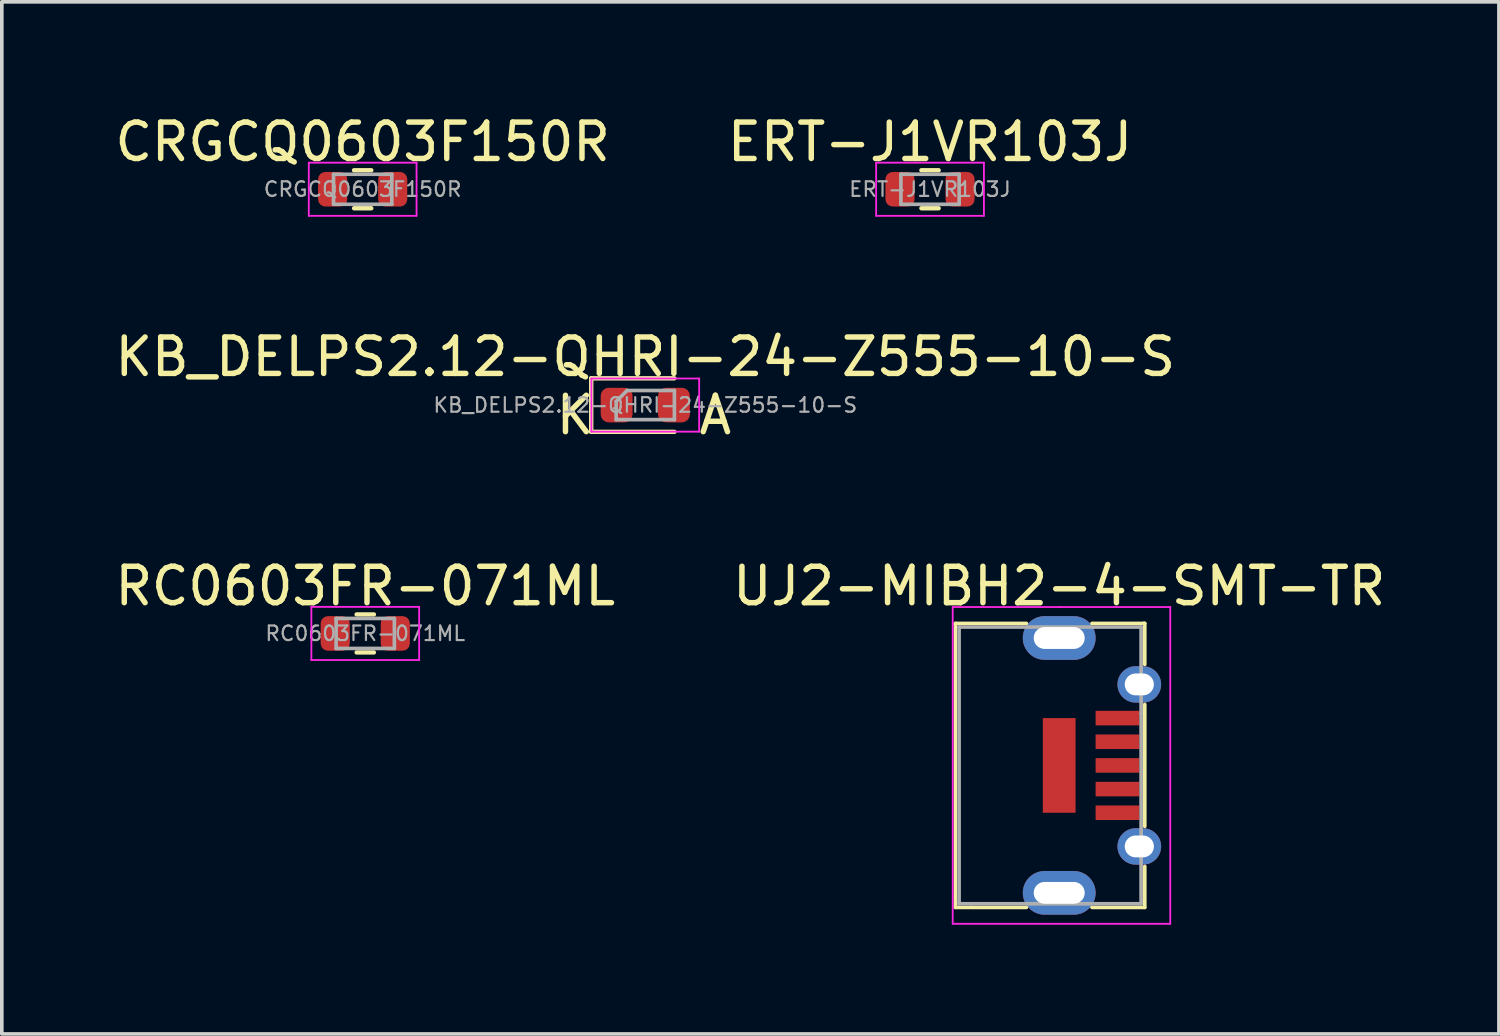
<source format=kicad_pcb>
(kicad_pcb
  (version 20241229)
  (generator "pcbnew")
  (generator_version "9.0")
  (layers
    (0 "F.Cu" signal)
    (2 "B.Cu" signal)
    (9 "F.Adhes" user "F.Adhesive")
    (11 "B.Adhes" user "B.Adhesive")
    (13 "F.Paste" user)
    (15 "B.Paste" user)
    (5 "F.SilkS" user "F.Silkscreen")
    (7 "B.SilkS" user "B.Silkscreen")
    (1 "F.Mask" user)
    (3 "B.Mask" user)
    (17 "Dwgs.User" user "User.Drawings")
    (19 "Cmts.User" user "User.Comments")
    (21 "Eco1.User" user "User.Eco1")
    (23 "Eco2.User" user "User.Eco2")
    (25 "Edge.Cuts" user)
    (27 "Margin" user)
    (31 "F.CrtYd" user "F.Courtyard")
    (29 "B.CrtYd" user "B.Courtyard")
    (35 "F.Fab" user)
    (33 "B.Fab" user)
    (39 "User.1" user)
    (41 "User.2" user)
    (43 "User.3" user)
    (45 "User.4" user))
  (footprint "ERT-J1VR103J"
    (layer "F.Cu")
    (at 22.494 2.123)
    (property "Reference" "ERT-J1VR103J" (at 0 -1.275 0) (layer "F.SilkS") (effects (font (size 1 1) (thickness 0.15))))
    (attr smd)
    (fp_line (start -0.237 -0.497) (end 0.237 -0.497) (stroke (width 0.12) (type solid)) (layer "F.SilkS"))
    (fp_line (start -0.237 0.547) (end 0.237 0.547) (stroke (width 0.12) (type solid)) (layer "F.SilkS"))
    (fp_line (start -1.48 -0.705) (end 1.48 -0.705) (stroke (width 0.05) (type solid)) (layer "F.CrtYd"))
    (fp_line (start -1.48 0.755) (end -1.48 -0.705) (stroke (width 0.05) (type solid)) (layer "F.CrtYd"))
    (fp_line (start 1.48 -0.705) (end 1.48 0.755) (stroke (width 0.05) (type solid)) (layer "F.CrtYd"))
    (fp_line (start 1.48 0.755) (end -1.48 0.755) (stroke (width 0.05) (type solid)) (layer "F.CrtYd"))
    (fp_line (start -0.8 -0.388) (end 0.8 -0.388) (stroke (width 0.1) (type solid)) (layer "F.Fab"))
    (fp_line (start -0.8 0.438) (end -0.8 -0.388) (stroke (width 0.1) (type solid)) (layer "F.Fab"))
    (fp_line (start 0.8 -0.388) (end 0.8 0.438) (stroke (width 0.1) (type solid)) (layer "F.Fab"))
    (fp_line (start 0.8 0.438) (end -0.8 0.438) (stroke (width 0.1) (type solid)) (layer "F.Fab"))
    (fp_text user "${REFERENCE}" (at 0 0.025 0) (layer "F.Fab") (effects (font (size 0.4 0.4) (thickness 0.06))))
    (pad "1" smd roundrect (at -0.825 0.025) (size 0.8 0.95) (layers "F.Cu" "F.Mask" "F.Paste") (roundrect_rratio 0.25))
    (pad "2" smd roundrect (at 0.825 0.025) (size 0.8 0.95) (layers "F.Cu" "F.Mask" "F.Paste") (roundrect_rratio 0.25)))
  (footprint "CRGCQ0603F150R"
    (layer "F.Cu")
    (at 6.911 2.148)
    (property "Reference" "CRGCQ0603F150R" (at 0 -1.3 0) (layer "F.SilkS") (effects (font (size 1 1) (thickness 0.15))))
    (attr smd)
    (fp_line (start -0.237 -0.522) (end 0.237 -0.522) (stroke (width 0.12) (type solid)) (layer "F.SilkS"))
    (fp_line (start -0.237 0.522) (end 0.237 0.522) (stroke (width 0.12) (type solid)) (layer "F.SilkS"))
    (fp_line (start -1.48 -0.73) (end 1.48 -0.73) (stroke (width 0.05) (type solid)) (layer "F.CrtYd"))
    (fp_line (start -1.48 0.73) (end -1.48 -0.73) (stroke (width 0.05) (type solid)) (layer "F.CrtYd"))
    (fp_line (start 1.48 -0.73) (end 1.48 0.73) (stroke (width 0.05) (type solid)) (layer "F.CrtYd"))
    (fp_line (start 1.48 0.73) (end -1.48 0.73) (stroke (width 0.05) (type solid)) (layer "F.CrtYd"))
    (fp_line (start -0.8 -0.412) (end 0.8 -0.412) (stroke (width 0.1) (type solid)) (layer "F.Fab"))
    (fp_line (start -0.8 0.412) (end -0.8 -0.412) (stroke (width 0.1) (type solid)) (layer "F.Fab"))
    (fp_line (start 0.8 -0.412) (end 0.8 0.412) (stroke (width 0.1) (type solid)) (layer "F.Fab"))
    (fp_line (start 0.8 0.412) (end -0.8 0.412) (stroke (width 0.1) (type solid)) (layer "F.Fab"))
    (fp_text user "${REFERENCE}" (at 0 0 0) (layer "F.Fab") (effects (font (size 0.4 0.4) (thickness 0.06))))
    (pad "1" smd roundrect (at -0.825 0) (size 0.8 0.95) (layers "F.Cu" "F.Mask" "F.Paste") (roundrect_rratio 0.25))
    (pad "2" smd roundrect (at 0.825 0) (size 0.8 0.95) (layers "F.Cu" "F.Mask" "F.Paste") (roundrect_rratio 0.25)))
  (footprint "UJ2-MIBH2-4-SMT-TR"
    (layer "F.Cu")
    (at 26.042 17.973)
    (property "Reference" "UJ2-MIBH2-4-SMT-TR" (at 0 -4.925 0) (layer "F.SilkS") (effects (font (size 1 1) (thickness 0.15))))
    (attr through_hole)
    (fp_line (start -2.85 -3.9) (end -0.9 -3.9) (stroke (width 0.1) (type solid)) (layer "F.SilkS"))
    (fp_line (start -2.85 -3.875) (end -2.85 -3.9) (stroke (width 0.1) (type solid)) (layer "F.SilkS"))
    (fp_line (start -2.85 3.9) (end -2.85 -3.875) (stroke (width 0.1) (type solid)) (layer "F.SilkS"))
    (fp_line (start -0.9 3.9) (end -2.85 3.9) (stroke (width 0.1) (type solid)) (layer "F.SilkS"))
    (fp_line (start 0.9 -3.9) (end 2.325 -3.9) (stroke (width 0.1) (type solid)) (layer "F.SilkS"))
    (fp_line (start 2.325 -3.9) (end 2.35 -3.9) (stroke (width 0.1) (type solid)) (layer "F.SilkS"))
    (fp_line (start 2.35 -3.9) (end 2.35 -2.775) (stroke (width 0.1) (type solid)) (layer "F.SilkS"))
    (fp_line (start 2.35 -1.675) (end 2.35 1.675) (stroke (width 0.1) (type solid)) (layer "F.SilkS"))
    (fp_line (start 2.35 2.775) (end 2.35 3.9) (stroke (width 0.1) (type solid)) (layer "F.SilkS"))
    (fp_line (start 2.35 3.9) (end 0.9 3.9) (stroke (width 0.1) (type solid)) (layer "F.SilkS"))
    (fp_line (start -2.925 -4.35) (end 0.025 -4.35) (stroke (width 0.05) (type solid)) (layer "F.CrtYd"))
    (fp_line (start -2.925 4.35) (end -2.925 -4.35) (stroke (width 0.05) (type solid)) (layer "F.CrtYd"))
    (fp_line (start 0.025 -4.35) (end 3.05 -4.35) (stroke (width 0.05) (type solid)) (layer "F.CrtYd"))
    (fp_line (start 3.05 -4.35) (end 3.05 4.35) (stroke (width 0.05) (type solid)) (layer "F.CrtYd"))
    (fp_line (start 3.05 4.35) (end -2.925 4.35) (stroke (width 0.05) (type solid)) (layer "F.CrtYd"))
    (fp_line (start -2.75 -3.8) (end -2.75 3.8) (stroke (width 0.1) (type solid)) (layer "F.Fab"))
    (fp_line (start -2.75 -3.8) (end 2.25 -3.8) (stroke (width 0.1) (type solid)) (layer "F.Fab"))
    (fp_line (start -2.75 3.8) (end -2.425 3.8) (stroke (width 0.1) (type solid)) (layer "F.Fab"))
    (fp_line (start 2.25 -1.425) (end 2.25 -3.8) (stroke (width 0.1) (type solid)) (layer "F.Fab"))
    (fp_line (start 2.25 -1.425) (end 2.25 3.8) (stroke (width 0.1) (type solid)) (layer "F.Fab"))
    (fp_line (start 2.25 3.8) (end -2.425 3.8) (stroke (width 0.1) (type solid)) (layer "F.Fab"))
    (pad "1" smd rect (at 1.6 -1.3) (size 1.2 0.4) (layers "F.Cu" "F.Mask" "F.Paste"))
    (pad "2" smd rect (at 1.6 -0.65) (size 1.2 0.4) (layers "F.Cu" "F.Mask" "F.Paste"))
    (pad "3" smd rect (at 1.6 0) (size 1.2 0.4) (layers "F.Cu" "F.Mask" "F.Paste"))
    (pad "4" smd rect (at 1.6 0.65) (size 1.2 0.4) (layers "F.Cu" "F.Mask" "F.Paste"))
    (pad "5" smd rect (at 1.6 1.3) (size 1.2 0.4) (layers "F.Cu" "F.Mask" "F.Paste"))
    (pad "6" thru_hole oval (at 0 -3.5) (size 2 1.2) (drill oval 1.4 0.6) (layers "*.Cu" "*.Mask"))
    (pad "6" smd rect (at 0 0) (size 0.9 2.6) (layers "F.Cu" "F.Mask" "F.Paste"))
    (pad "6" thru_hole oval (at 0 3.5) (size 2 1.2) (drill oval 1.4 0.6) (layers "*.Cu" "*.Mask"))
    (pad "6" thru_hole oval (at 2.2 -2.225) (size 1.2 1) (drill oval 0.8 0.6) (layers "*.Cu" "*.Mask"))
    (pad "6" thru_hole oval (at 2.2 2.225) (size 1.2 1) (drill oval 0.8 0.6) (layers "*.Cu" "*.Mask")))
  (footprint "RC0603FR-071ML"
    (layer "F.Cu")
    (at 6.982 14.348)
    (property "Reference" "RC0603FR-071ML" (at 0 -1.3 0) (layer "F.SilkS") (effects (font (size 1 1) (thickness 0.15))))
    (attr smd)
    (fp_line (start -0.237 -0.522) (end 0.237 -0.522) (stroke (width 0.12) (type solid)) (layer "F.SilkS"))
    (fp_line (start -0.237 0.522) (end 0.237 0.522) (stroke (width 0.12) (type solid)) (layer "F.SilkS"))
    (fp_line (start -1.48 -0.73) (end 1.48 -0.73) (stroke (width 0.05) (type solid)) (layer "F.CrtYd"))
    (fp_line (start -1.48 0.73) (end -1.48 -0.73) (stroke (width 0.05) (type solid)) (layer "F.CrtYd"))
    (fp_line (start 1.48 -0.73) (end 1.48 0.73) (stroke (width 0.05) (type solid)) (layer "F.CrtYd"))
    (fp_line (start 1.48 0.73) (end -1.48 0.73) (stroke (width 0.05) (type solid)) (layer "F.CrtYd"))
    (fp_line (start -0.8 -0.412) (end 0.8 -0.412) (stroke (width 0.1) (type solid)) (layer "F.Fab"))
    (fp_line (start -0.8 0.412) (end -0.8 -0.412) (stroke (width 0.1) (type solid)) (layer "F.Fab"))
    (fp_line (start 0.8 -0.412) (end 0.8 0.412) (stroke (width 0.1) (type solid)) (layer "F.Fab"))
    (fp_line (start 0.8 0.412) (end -0.8 0.412) (stroke (width 0.1) (type solid)) (layer "F.Fab"))
    (fp_text user "${REFERENCE}" (at 0 0 0) (layer "F.Fab") (effects (font (size 0.4 0.4) (thickness 0.06))))
    (pad "1" smd roundrect (at -0.825 0) (size 0.8 0.95) (layers "F.Cu" "F.Mask" "F.Paste") (roundrect_rratio 0.25))
    (pad "2" smd roundrect (at 0.825 0) (size 0.8 0.95) (layers "F.Cu" "F.Mask" "F.Paste") (roundrect_rratio 0.25)))
  (footprint "KB_DELPS2.12-QHRI-24-Z555-10-S"
    (layer "F.Cu")
    (at 14.673 8.076)
    (property "Reference" "KB_DELPS2.12-QHRI-24-Z555-10-S" (at 0 -1.325 0) (layer "F.SilkS") (effects (font (size 1 1) (thickness 0.15))))
    (attr smd)
    (fp_line (start -1.485 -0.735) (end -1.485 0.735) (stroke (width 0.12) (type solid)) (layer "F.SilkS"))
    (fp_line (start -1.485 0.735) (end 0.8 0.735) (stroke (width 0.12) (type solid)) (layer "F.SilkS"))
    (fp_line (start 0.8 -0.735) (end -1.485 -0.735) (stroke (width 0.12) (type solid)) (layer "F.SilkS"))
    (fp_line (start -1.48 -0.73) (end 1.48 -0.73) (stroke (width 0.05) (type solid)) (layer "F.CrtYd"))
    (fp_line (start -1.48 0.73) (end -1.48 -0.73) (stroke (width 0.05) (type solid)) (layer "F.CrtYd"))
    (fp_line (start 1.48 -0.73) (end 1.48 0.73) (stroke (width 0.05) (type solid)) (layer "F.CrtYd"))
    (fp_line (start 1.48 0.73) (end -1.48 0.73) (stroke (width 0.05) (type solid)) (layer "F.CrtYd"))
    (fp_line (start -0.8 -0.1) (end -0.8 0.4) (stroke (width 0.1) (type solid)) (layer "F.Fab"))
    (fp_line (start -0.8 0.4) (end 0.8 0.4) (stroke (width 0.1) (type solid)) (layer "F.Fab"))
    (fp_line (start -0.5 -0.4) (end -0.8 -0.1) (stroke (width 0.1) (type solid)) (layer "F.Fab"))
    (fp_line (start 0.8 -0.4) (end -0.5 -0.4) (stroke (width 0.1) (type solid)) (layer "F.Fab"))
    (fp_line (start 0.8 0.4) (end 0.8 -0.4) (stroke (width 0.1) (type solid)) (layer "F.Fab"))
    (fp_text user "K" (at -1.93 0.275 0) (layer "F.SilkS") (effects (font (size 1 1) (thickness 0.15))))
    (fp_text user "A" (at 1.925 0.275 0) (layer "F.SilkS") (effects (font (size 1 1) (thickness 0.15))))
    (fp_text user "${REFERENCE}" (at 0 0 0) (layer "F.Fab") (effects (font (size 0.4 0.4) (thickness 0.06))))
    (pad "1" smd roundrect (at -0.787 0) (size 0.875 0.95) (layers "F.Cu" "F.Mask" "F.Paste") (roundrect_rratio 0.25))
    (pad "2" smd roundrect (at 0.787 0) (size 0.875 0.95) (layers "F.Cu" "F.Mask" "F.Paste") (roundrect_rratio 0.25)))
  (gr_rect
    (start -3 -3)
    (end 38.119 25.348)
    (stroke (width 0.1) (type default))
    (fill no)
    (layer "Edge.Cuts")))
</source>
